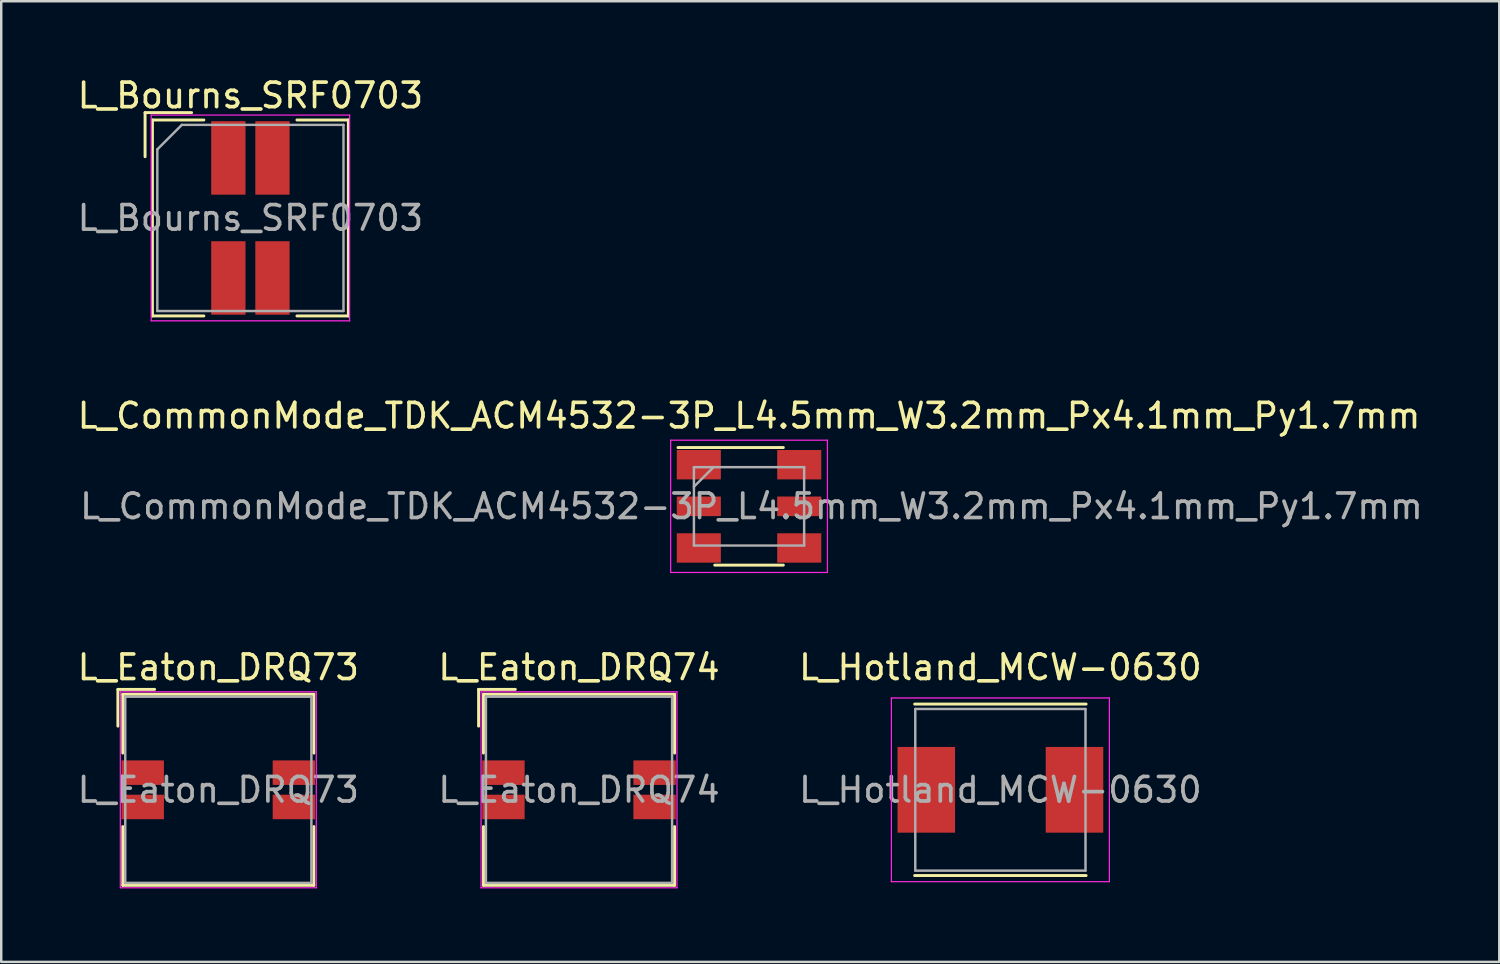
<source format=kicad_pcb>
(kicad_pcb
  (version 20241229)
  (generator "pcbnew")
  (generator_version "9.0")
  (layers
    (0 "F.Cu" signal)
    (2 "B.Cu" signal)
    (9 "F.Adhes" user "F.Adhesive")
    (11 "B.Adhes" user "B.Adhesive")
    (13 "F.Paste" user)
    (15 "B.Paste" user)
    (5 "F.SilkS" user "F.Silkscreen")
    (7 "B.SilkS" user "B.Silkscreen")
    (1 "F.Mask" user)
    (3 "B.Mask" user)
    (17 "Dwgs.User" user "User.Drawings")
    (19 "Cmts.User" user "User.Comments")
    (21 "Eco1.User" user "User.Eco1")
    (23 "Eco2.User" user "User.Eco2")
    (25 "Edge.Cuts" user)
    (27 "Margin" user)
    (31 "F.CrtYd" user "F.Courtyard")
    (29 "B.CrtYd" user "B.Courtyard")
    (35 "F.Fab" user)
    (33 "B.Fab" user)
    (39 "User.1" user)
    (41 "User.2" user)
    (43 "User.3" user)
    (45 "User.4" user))
  (footprint "L_Eaton_DRQ73"
    (layer "F.Cu")
    (at 5.863 29.195)
    (property "Reference" "L_Eaton_DRQ73" (at 0 -5 0) (layer "F.SilkS") (effects (font (size 1 1) (thickness 0.15))))
    (attr smd)
    (fp_line (start -4.1 -4.1) (end -4.1 -2.6) (stroke (width 0.12) (type solid)) (layer "F.SilkS"))
    (fp_line (start -3.9 -3.9) (end 3.9 -3.9) (stroke (width 0.12) (type solid)) (layer "F.SilkS"))
    (fp_line (start -3.9 -1.5) (end -3.9 -3.9) (stroke (width 0.12) (type solid)) (layer "F.SilkS"))
    (fp_line (start -3.9 3.9) (end -3.9 1.5) (stroke (width 0.12) (type solid)) (layer "F.SilkS"))
    (fp_line (start -3.9 3.9) (end 3.9 3.9) (stroke (width 0.12) (type solid)) (layer "F.SilkS"))
    (fp_line (start -2.6 -4.1) (end -4.1 -4.1) (stroke (width 0.12) (type solid)) (layer "F.SilkS"))
    (fp_line (start 3.9 -1.5) (end 3.9 -3.9) (stroke (width 0.12) (type solid)) (layer "F.SilkS"))
    (fp_line (start 3.9 3.9) (end 3.9 1.5) (stroke (width 0.12) (type solid)) (layer "F.SilkS"))
    (fp_line (start -4 -4) (end 4 -4) (stroke (width 0.05) (type solid)) (layer "F.CrtYd"))
    (fp_line (start -4 4) (end -4 -4) (stroke (width 0.05) (type solid)) (layer "F.CrtYd"))
    (fp_line (start -4 4) (end 4 4) (stroke (width 0.05) (type solid)) (layer "F.CrtYd"))
    (fp_line (start 4 4) (end 4 -4) (stroke (width 0.05) (type solid)) (layer "F.CrtYd"))
    (fp_line (start -3.8 -3.8) (end -3.8 3.8) (stroke (width 0.1) (type solid)) (layer "F.Fab"))
    (fp_line (start -3.8 3.8) (end 3.8 3.8) (stroke (width 0.1) (type solid)) (layer "F.Fab"))
    (fp_line (start 3.8 -3.8) (end -3.8 -3.8) (stroke (width 0.1) (type solid)) (layer "F.Fab"))
    (fp_line (start 3.8 3.8) (end 3.8 -3.8) (stroke (width 0.1) (type solid)) (layer "F.Fab"))
    (fp_text user "${REFERENCE}" (at 0 0 0) (layer "F.Fab") (effects (font (size 1 1) (thickness 0.15))))
    (pad "1" smd rect (at -3.085 -0.7) (size 1.73 1) (layers "F.Cu" "F.Mask" "F.Paste"))
    (pad "2" smd rect (at -3.085 0.7) (size 1.73 1) (layers "F.Cu" "F.Mask" "F.Paste"))
    (pad "3" smd rect (at 3.085 0.7) (size 1.73 1) (layers "F.Cu" "F.Mask" "F.Paste"))
    (pad "4" smd rect (at 3.085 -0.7) (size 1.73 1) (layers "F.Cu" "F.Mask" "F.Paste")))
  (footprint "L_Bourns_SRF0703"
    (layer "F.Cu")
    (at 7.173 5.848)
    (property "Reference" "L_Bourns_SRF0703" (at 0 -5 0) (layer "F.SilkS") (effects (font (size 1 1) (thickness 0.15))))
    (attr smd)
    (fp_line (start -4.3 -2.5) (end -4.3 -4.3) (stroke (width 0.12) (type solid)) (layer "F.SilkS"))
    (fp_line (start -4 4) (end -4 -4) (stroke (width 0.12) (type solid)) (layer "F.SilkS"))
    (fp_line (start -4 4) (end -1.9 4) (stroke (width 0.12) (type solid)) (layer "F.SilkS"))
    (fp_line (start -2.4 -4.3) (end -4.3 -4.3) (stroke (width 0.12) (type solid)) (layer "F.SilkS"))
    (fp_line (start -1.9 -4) (end -4 -4) (stroke (width 0.12) (type solid)) (layer "F.SilkS"))
    (fp_line (start 4 -4) (end 1.9 -4) (stroke (width 0.12) (type solid)) (layer "F.SilkS"))
    (fp_line (start 4 -4) (end 4 4) (stroke (width 0.12) (type solid)) (layer "F.SilkS"))
    (fp_line (start 4 4) (end 1.9 4) (stroke (width 0.12) (type solid)) (layer "F.SilkS"))
    (fp_line (start -4.05 -4.2) (end -4.05 4.2) (stroke (width 0.05) (type solid)) (layer "F.CrtYd"))
    (fp_line (start -4.05 -4.2) (end 4.05 -4.2) (stroke (width 0.05) (type solid)) (layer "F.CrtYd"))
    (fp_line (start -4.05 4.2) (end 4.05 4.2) (stroke (width 0.05) (type solid)) (layer "F.CrtYd"))
    (fp_line (start 4.05 -4.2) (end 4.05 4.2) (stroke (width 0.05) (type solid)) (layer "F.CrtYd"))
    (fp_line (start -3.8 -2.8) (end -3.8 3.8) (stroke (width 0.1) (type solid)) (layer "F.Fab"))
    (fp_line (start -2.8 -3.8) (end -3.8 -2.8) (stroke (width 0.1) (type solid)) (layer "F.Fab"))
    (fp_line (start 3.8 -3.8) (end -2.8 -3.8) (stroke (width 0.1) (type solid)) (layer "F.Fab"))
    (fp_line (start 3.8 -3.8) (end 3.8 3.8) (stroke (width 0.1) (type solid)) (layer "F.Fab"))
    (fp_line (start 3.8 3.8) (end -3.8 3.8) (stroke (width 0.1) (type solid)) (layer "F.Fab"))
    (fp_text user "${REFERENCE}" (at 0 0 0) (layer "F.Fab") (effects (font (size 1 1) (thickness 0.15))))
    (pad "1" smd rect (at -0.9 -2.45) (size 1.4 3) (layers "F.Cu" "F.Mask" "F.Paste"))
    (pad "2" smd rect (at 0.9 -2.45) (size 1.4 3) (layers "F.Cu" "F.Mask" "F.Paste"))
    (pad "3" smd rect (at 0.9 2.45) (size 1.4 3) (layers "F.Cu" "F.Mask" "F.Paste"))
    (pad "4" smd rect (at -0.9 2.45) (size 1.4 3) (layers "F.Cu" "F.Mask" "F.Paste")))
  (footprint "L_Hotland_MCW-0630"
    (layer "F.Cu")
    (at 37.792 29.195)
    (property "Reference" "L_Hotland_MCW-0630" (at 0 -5 0) (layer "F.SilkS") (effects (font (size 1 1) (thickness 0.15))))
    (attr smd)
    (fp_line (start -3.5 -3.5) (end 3.5 -3.5) (stroke (width 0.12) (type solid)) (layer "F.SilkS"))
    (fp_line (start -3.5 3.5) (end 3.5 3.5) (stroke (width 0.12) (type solid)) (layer "F.SilkS"))
    (fp_line (start -4.45 -3.75) (end -4.45 3.75) (stroke (width 0.05) (type solid)) (layer "F.CrtYd"))
    (fp_line (start -4.45 3.75) (end 4.45 3.75) (stroke (width 0.05) (type solid)) (layer "F.CrtYd"))
    (fp_line (start 4.45 -3.75) (end -4.45 -3.75) (stroke (width 0.05) (type solid)) (layer "F.CrtYd"))
    (fp_line (start 4.45 3.75) (end 4.45 -3.75) (stroke (width 0.05) (type solid)) (layer "F.CrtYd"))
    (fp_line (start -3.475 3.3) (end -3.475 -3.3) (stroke (width 0.1) (type solid)) (layer "F.Fab"))
    (fp_line (start 3.475 -3.3) (end -3.475 -3.3) (stroke (width 0.1) (type solid)) (layer "F.Fab"))
    (fp_line (start 3.475 3.3) (end -3.475 3.3) (stroke (width 0.1) (type solid)) (layer "F.Fab"))
    (fp_line (start 3.475 3.3) (end 3.475 -3.3) (stroke (width 0.1) (type solid)) (layer "F.Fab"))
    (fp_text user "${REFERENCE}" (at 0 0 0) (layer "F.Fab") (effects (font (size 1 1) (thickness 0.15))))
    (pad "1" smd rect (at -3.025 0) (size 2.35 3.5) (layers "F.Cu" "F.Mask" "F.Paste"))
    (pad "2" smd rect (at 3.025 0) (size 2.35 3.5) (layers "F.Cu" "F.Mask" "F.Paste")))
  (footprint "L_CommonMode_TDK_ACM4532-3P_L4.5mm_W3.2mm_Px4.1mm_Py1.7mm"
    (layer "F.Cu")
    (at 27.53 17.622)
    (property "Reference" "L_CommonMode_TDK_ACM4532-3P_L4.5mm_W3.2mm_Px4.1mm_Py1.7mm" (at 0 -3.7 0) (layer "F.SilkS") (effects (font (size 1 1) (thickness 0.15))))
    (attr smd)
    (fp_line (start -2.9 -2.4) (end 1.4 -2.4) (stroke (width 0.12) (type solid)) (layer "F.SilkS"))
    (fp_line (start -1.4 2.4) (end 1.4 2.4) (stroke (width 0.12) (type solid)) (layer "F.SilkS"))
    (fp_line (start -3.2 -2.7) (end 3.2 -2.7) (stroke (width 0.05) (type solid)) (layer "F.CrtYd"))
    (fp_line (start -3.2 2.7) (end -3.2 -2.7) (stroke (width 0.05) (type solid)) (layer "F.CrtYd"))
    (fp_line (start -3.2 2.7) (end 3.2 2.7) (stroke (width 0.05) (type solid)) (layer "F.CrtYd"))
    (fp_line (start 3.2 -2.7) (end 3.2 2.7) (stroke (width 0.05) (type solid)) (layer "F.CrtYd"))
    (fp_line (start -2.25 -1.6) (end -2.25 1.6) (stroke (width 0.1) (type solid)) (layer "F.Fab"))
    (fp_line (start -2.25 -1.6) (end 2.25 -1.6) (stroke (width 0.1) (type solid)) (layer "F.Fab"))
    (fp_line (start -2.25 -0.8) (end -1.45 -1.6) (stroke (width 0.1) (type solid)) (layer "F.Fab"))
    (fp_line (start -2.25 1.6) (end 2.25 1.6) (stroke (width 0.1) (type solid)) (layer "F.Fab"))
    (fp_line (start 2.25 -1.6) (end 2.25 1.6) (stroke (width 0.1) (type solid)) (layer "F.Fab"))
    (fp_text user "${REFERENCE}" (at 0.1 0 0) (layer "F.Fab") (effects (font (size 1 1) (thickness 0.15))))
    (pad "1" smd rect (at -2.05 -1.7) (size 1.8 1.2) (layers "F.Cu" "F.Mask" "F.Paste"))
    (pad "2" smd rect (at 2.05 -1.7) (size 1.8 1.2) (layers "F.Cu" "F.Mask" "F.Paste"))
    (pad "3" smd rect (at -2.05 0) (size 1.8 0.8) (layers "F.Cu" "F.Mask" "F.Paste"))
    (pad "4" smd rect (at 2.05 0) (size 1.8 0.8) (layers "F.Cu" "F.Mask" "F.Paste"))
    (pad "5" smd rect (at -2.05 1.7) (size 1.8 1.2) (layers "F.Cu" "F.Mask" "F.Paste"))
    (pad "6" smd rect (at 2.05 1.7) (size 1.8 1.2) (layers "F.Cu" "F.Mask" "F.Paste")))
  (footprint "L_Eaton_DRQ74"
    (layer "F.Cu")
    (at 20.589 29.195)
    (property "Reference" "L_Eaton_DRQ74" (at 0 -5 0) (layer "F.SilkS") (effects (font (size 1 1) (thickness 0.15))))
    (attr smd)
    (fp_line (start -4.1 -4.1) (end -4.1 -2.6) (stroke (width 0.12) (type solid)) (layer "F.SilkS"))
    (fp_line (start -3.9 -3.9) (end 3.9 -3.9) (stroke (width 0.12) (type solid)) (layer "F.SilkS"))
    (fp_line (start -3.9 -1.5) (end -3.9 -3.9) (stroke (width 0.12) (type solid)) (layer "F.SilkS"))
    (fp_line (start -3.9 3.9) (end -3.9 1.5) (stroke (width 0.12) (type solid)) (layer "F.SilkS"))
    (fp_line (start -3.9 3.9) (end 3.9 3.9) (stroke (width 0.12) (type solid)) (layer "F.SilkS"))
    (fp_line (start -2.6 -4.1) (end -4.1 -4.1) (stroke (width 0.12) (type solid)) (layer "F.SilkS"))
    (fp_line (start 3.9 -1.5) (end 3.9 -3.9) (stroke (width 0.12) (type solid)) (layer "F.SilkS"))
    (fp_line (start 3.9 3.9) (end 3.9 1.5) (stroke (width 0.12) (type solid)) (layer "F.SilkS"))
    (fp_line (start -4 -4) (end 4 -4) (stroke (width 0.05) (type solid)) (layer "F.CrtYd"))
    (fp_line (start -4 4) (end -4 -4) (stroke (width 0.05) (type solid)) (layer "F.CrtYd"))
    (fp_line (start -4 4) (end 4 4) (stroke (width 0.05) (type solid)) (layer "F.CrtYd"))
    (fp_line (start 4 4) (end 4 -4) (stroke (width 0.05) (type solid)) (layer "F.CrtYd"))
    (fp_line (start -3.8 -3.8) (end -3.8 3.8) (stroke (width 0.1) (type solid)) (layer "F.Fab"))
    (fp_line (start -3.8 3.8) (end 3.8 3.8) (stroke (width 0.1) (type solid)) (layer "F.Fab"))
    (fp_line (start 3.8 -3.8) (end -3.8 -3.8) (stroke (width 0.1) (type solid)) (layer "F.Fab"))
    (fp_line (start 3.8 3.8) (end 3.8 -3.8) (stroke (width 0.1) (type solid)) (layer "F.Fab"))
    (fp_text user "${REFERENCE}" (at 0 0 0) (layer "F.Fab") (effects (font (size 1 1) (thickness 0.15))))
    (pad "1" smd rect (at -3.085 -0.7) (size 1.73 1) (layers "F.Cu" "F.Mask" "F.Paste"))
    (pad "2" smd rect (at -3.085 0.7) (size 1.73 1) (layers "F.Cu" "F.Mask" "F.Paste"))
    (pad "3" smd rect (at 3.085 0.7) (size 1.73 1) (layers "F.Cu" "F.Mask" "F.Paste"))
    (pad "4" smd rect (at 3.085 -0.7) (size 1.73 1) (layers "F.Cu" "F.Mask" "F.Paste")))
  (gr_rect
    (start -3 -3)
    (end 58.16 36.22)
    (stroke (width 0.1) (type default))
    (fill no)
    (layer "Edge.Cuts")))
</source>
